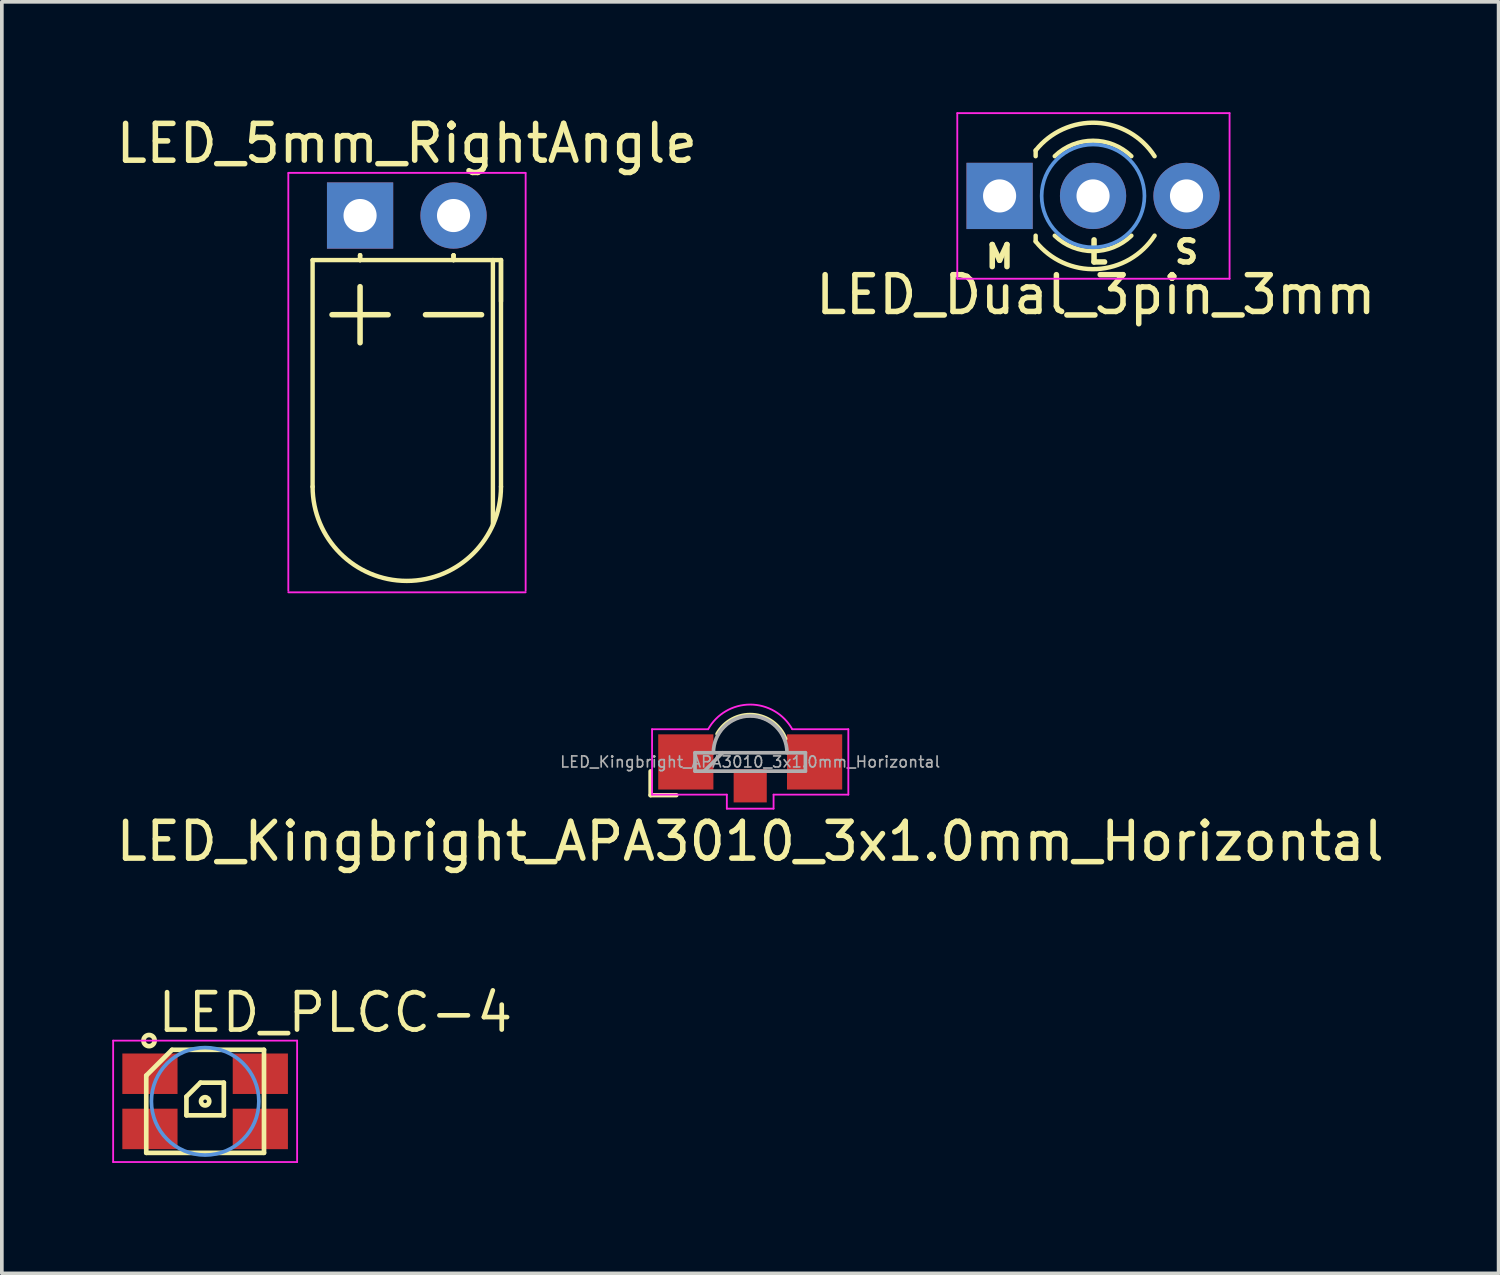
<source format=kicad_pcb>
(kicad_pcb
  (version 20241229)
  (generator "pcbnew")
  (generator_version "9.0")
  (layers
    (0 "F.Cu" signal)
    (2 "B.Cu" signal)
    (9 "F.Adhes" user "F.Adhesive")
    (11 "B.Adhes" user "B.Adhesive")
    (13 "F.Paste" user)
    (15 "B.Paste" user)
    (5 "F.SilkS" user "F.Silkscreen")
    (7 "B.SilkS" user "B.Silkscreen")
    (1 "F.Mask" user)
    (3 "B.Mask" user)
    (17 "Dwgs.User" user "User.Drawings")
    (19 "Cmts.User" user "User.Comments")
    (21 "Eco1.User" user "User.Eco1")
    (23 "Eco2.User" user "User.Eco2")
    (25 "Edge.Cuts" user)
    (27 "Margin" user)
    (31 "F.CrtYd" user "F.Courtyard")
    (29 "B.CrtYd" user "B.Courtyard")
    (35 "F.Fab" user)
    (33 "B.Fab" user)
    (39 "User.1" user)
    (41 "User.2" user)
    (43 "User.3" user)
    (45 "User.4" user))
  (footprint "LED_Dual_3pin_3mm"
    (layer "F.Cu")
    (at 26.657 2.275)
    (property "Reference" "LED_Dual_3pin_3mm" (at 0.075 2.685 0) (layer "F.SilkS") (effects (font (size 1 1) (thickness 0.15))))
    (attr through_hole)
    (fp_line (start -1.56 -1.236) (end -1.56 -1.08) (stroke (width 0.12) (type solid)) (layer "F.SilkS"))
    (fp_line (start -1.56 1.08) (end -1.56 1.236) (stroke (width 0.12) (type solid)) (layer "F.SilkS"))
    (fp_arc (start -1.56 -1.235516) (mid 0.096487 -1.987659) (end 1.672335 -1.078608) (stroke (width 0.12) (type solid)) (layer "F.SilkS"))
    (fp_arc (start -1.040961 -1.08) (mid 0.000117 -1.5) (end 1.04113 -1.079837) (stroke (width 0.12) (type solid)) (layer "F.SilkS"))
    (fp_arc (start 1.04113 1.079837) (mid 0.000117 1.5) (end -1.040961 1.08) (stroke (width 0.12) (type solid)) (layer "F.SilkS"))
    (fp_arc (start 1.672335 1.078608) (mid 0.096487 1.987659) (end -1.56 1.235516) (stroke (width 0.12) (type solid)) (layer "F.SilkS"))
    (fp_circle (center 0 0) (end 0 1.397) (stroke (width 0.1) (type solid)) (fill no) (layer "Cmts.User"))
    (fp_line (start -3.69 -2.25) (end -3.69 2.25) (stroke (width 0.05) (type solid)) (layer "F.CrtYd"))
    (fp_line (start -3.69 2.25) (end 3.71 2.25) (stroke (width 0.05) (type solid)) (layer "F.CrtYd"))
    (fp_line (start 3.71 -2.25) (end -3.69 -2.25) (stroke (width 0.05) (type solid)) (layer "F.CrtYd"))
    (fp_line (start 3.71 2.25) (end 3.71 -2.25) (stroke (width 0.05) (type solid)) (layer "F.CrtYd"))
    (fp_text user "L" (at 0.127 1.524 0) (layer "F.SilkS") (effects (font (size 0.6 0.6) (thickness 0.15))))
    (fp_text user "S" (at 2.54 1.524 0) (layer "F.SilkS") (effects (font (size 0.6 0.6) (thickness 0.15))))
    (fp_text user "M" (at -2.54 1.651 0) (layer "F.SilkS") (effects (font (size 0.6 0.6) (thickness 0.15))))
    (pad "1" thru_hole rect (at -2.54 0) (size 1.8 1.8) (drill 0.9) (layers "*.Cu" "*.Mask"))
    (pad "2" thru_hole circle (at 0 0) (size 1.8 1.8) (drill 0.9) (layers "*.Cu" "*.Mask"))
    (pad "3" thru_hole circle (at 2.54 0) (size 1.8 1.8) (drill 0.9) (layers "*.Cu" "*.Mask")))
  (footprint "LED_5mm_RightAngle"
    (layer "F.Cu")
    (at 8.006 7.348)
    (property "Reference" "LED_5mm_RightAngle" (at 0 -6.5 0) (layer "F.SilkS") (effects (font (size 1 1) (thickness 0.15))))
    (attr through_hole)
    (fp_line (start -2.56 -3.33) (end -2.56 2.83) (stroke (width 0.12) (type solid)) (layer "F.SilkS"))
    (fp_line (start -2.56 -3.33) (end 2.56 -3.33) (stroke (width 0.12) (type solid)) (layer "F.SilkS"))
    (fp_line (start -1.27 -3.46) (end -1.27 -3.46) (stroke (width 0.12) (type solid)) (layer "F.SilkS"))
    (fp_line (start -1.27 -3.46) (end -1.27 -3.33) (stroke (width 0.12) (type solid)) (layer "F.SilkS"))
    (fp_line (start -1.27 -3.33) (end -1.27 -3.46) (stroke (width 0.12) (type solid)) (layer "F.SilkS"))
    (fp_line (start -1.27 -3.33) (end -1.27 -3.33) (stroke (width 0.12) (type solid)) (layer "F.SilkS"))
    (fp_line (start 1.27 -3.46) (end 1.27 -3.46) (stroke (width 0.12) (type solid)) (layer "F.SilkS"))
    (fp_line (start 1.27 -3.46) (end 1.27 -3.33) (stroke (width 0.12) (type solid)) (layer "F.SilkS"))
    (fp_line (start 1.27 -3.33) (end 1.27 -3.46) (stroke (width 0.12) (type solid)) (layer "F.SilkS"))
    (fp_line (start 1.27 -3.33) (end 1.27 -3.33) (stroke (width 0.12) (type solid)) (layer "F.SilkS"))
    (fp_line (start 2.34 -3.33) (end 2.34 3.86) (stroke (width 0.12) (type solid)) (layer "F.SilkS"))
    (fp_line (start 2.56 -3.33) (end 2.56 2.83) (stroke (width 0.12) (type solid)) (layer "F.SilkS"))
    (fp_line (start 2.56 -2.21) (end 2.56 -3.33) (stroke (width 0.12) (type solid)) (layer "F.SilkS"))
    (fp_arc (start 2.56 2.83) (mid 0 5.39) (end -2.56 2.83) (stroke (width 0.12) (type solid)) (layer "F.SilkS"))
    (fp_line (start -3.22 -5.69) (end -3.22 5.66) (stroke (width 0.05) (type solid)) (layer "F.CrtYd"))
    (fp_line (start -3.22 5.7) (end 3.23 5.7) (stroke (width 0.05) (type solid)) (layer "F.CrtYd"))
    (fp_line (start 3.23 -5.7) (end -3.22 -5.7) (stroke (width 0.05) (type solid)) (layer "F.CrtYd"))
    (fp_line (start 3.23 5.66) (end 3.23 -5.69) (stroke (width 0.05) (type solid)) (layer "F.CrtYd"))
    (fp_text user "-" (at 1.27 -2 0) (layer "F.SilkS") (effects (font (size 2 2) (thickness 0.15))))
    (fp_text user "+" (at -1.27 -2 0) (layer "F.SilkS") (effects (font (size 2 2) (thickness 0.15))))
    (pad "1" thru_hole circle (at 1.27 -4.54) (size 1.8 1.8) (drill 0.9) (layers "*.Cu" "*.Mask"))
    (pad "2" thru_hole rect (at -1.27 -4.54) (size 1.8 1.8) (drill 0.9) (layers "*.Cu" "*.Mask")))
  (footprint "LED_Kingbright_APA3010_3x1.0mm_Horizontal"
    (layer "F.Cu")
    (at 17.339 17.658)
    (property "Reference" "LED_Kingbright_APA3010_3x1.0mm_Horizontal" (at 0 2.159 0) (layer "F.SilkS") (effects (font (size 1 1) (thickness 0.15))))
    (attr smd)
    (fp_line (start -2.708 0.254) (end -2.708 0.904) (stroke (width 0.12) (type solid)) (layer "F.SilkS"))
    (fp_line (start -2.708 0.904) (end -2.008 0.904) (stroke (width 0.12) (type solid)) (layer "F.SilkS"))
    (fp_arc (start -0.889 -0.762) (mid 0.072791 -1.273312) (end 0.952522 -0.631008) (stroke (width 0.12) (type solid)) (layer "F.SilkS"))
    (fp_line (start -2.667 -0.889) (end -1.143 -0.889) (stroke (width 0.05) (type solid)) (layer "F.CrtYd"))
    (fp_line (start -2.667 0.889) (end -2.667 -0.889) (stroke (width 0.05) (type solid)) (layer "F.CrtYd"))
    (fp_line (start -2.667 0.889) (end -0.635 0.889) (stroke (width 0.05) (type solid)) (layer "F.CrtYd"))
    (fp_line (start -0.635 0.889) (end -0.635 1.27) (stroke (width 0.05) (type solid)) (layer "F.CrtYd"))
    (fp_line (start -0.635 1.27) (end 0.635 1.27) (stroke (width 0.05) (type solid)) (layer "F.CrtYd"))
    (fp_line (start 0.635 0.889) (end 2.667 0.889) (stroke (width 0.05) (type solid)) (layer "F.CrtYd"))
    (fp_line (start 0.635 1.27) (end 0.635 0.889) (stroke (width 0.05) (type solid)) (layer "F.CrtYd"))
    (fp_line (start 2.667 -0.889) (end 1.143 -0.889) (stroke (width 0.05) (type solid)) (layer "F.CrtYd"))
    (fp_line (start 2.667 0.889) (end 2.667 -0.889) (stroke (width 0.05) (type solid)) (layer "F.CrtYd"))
    (fp_arc (start -1.143 -0.889) (mid -0.000969 -1.559492) (end 1.142053 -0.890691) (stroke (width 0.05) (type solid)) (layer "F.CrtYd"))
    (fp_line (start -1.5 -0.25) (end -1.5 0.25) (stroke (width 0.1) (type solid)) (layer "F.Fab"))
    (fp_line (start -1.5 0.25) (end 1.5 0.25) (stroke (width 0.1) (type solid)) (layer "F.Fab"))
    (fp_line (start -0.75 -0.25) (end -1.25 0.25) (stroke (width 0.1) (type solid)) (layer "F.Fab"))
    (fp_line (start 1.5 -0.25) (end -1.5 -0.25) (stroke (width 0.1) (type solid)) (layer "F.Fab"))
    (fp_line (start 1.5 0.25) (end 1.5 -0.25) (stroke (width 0.1) (type solid)) (layer "F.Fab"))
    (fp_arc (start -1 -0.25) (mid 0 -1.25) (end 1 -0.25) (stroke (width 0.1) (type solid)) (layer "F.Fab"))
    (fp_text user "${REFERENCE}" (at 0 0 0) (layer "F.Fab") (effects (font (size 0.3 0.3) (thickness 0.045))))
    (pad "1" smd rect (at -1.75 0) (size 1.5 1.5) (layers "F.Cu" "F.Mask" "F.Paste"))
    (pad "2" smd rect (at 1.75 0) (size 1.5 1.5) (layers "F.Cu" "F.Mask" "F.Paste"))
    (pad "3" smd rect (at 0 0.65) (size 0.9 0.9) (layers "F.Cu" "F.Mask" "F.Paste")))
  (footprint "LED_PLCC-4"
    (layer "F.Cu")
    (at 2.525 26.882)
    (property "Reference" "LED_PLCC-4" (at -1.36 -1.82 0) (layer "F.SilkS") (effects (font (size 1.016 1.016) (thickness 0.127)) (justify left bottom)))
    (attr through_hole)
    (fp_line (start -1.6 -0.7) (end -1.6 1.4) (stroke (width 0.127) (type solid)) (layer "F.SilkS"))
    (fp_line (start -1.6 -0.7) (end -0.9 -1.4) (stroke (width 0.127) (type solid)) (layer "F.SilkS"))
    (fp_line (start -1.6 1.4) (end 1.6 1.4) (stroke (width 0.127) (type solid)) (layer "F.SilkS"))
    (fp_line (start -0.508 0.381) (end -0.508 -0.127) (stroke (width 0.127) (type solid)) (layer "F.SilkS"))
    (fp_line (start -0.127 -0.508) (end -0.508 -0.127) (stroke (width 0.127) (type solid)) (layer "F.SilkS"))
    (fp_line (start -0.127 -0.508) (end 0.508 -0.508) (stroke (width 0.127) (type solid)) (layer "F.SilkS"))
    (fp_line (start 0.508 -0.508) (end 0.508 0.381) (stroke (width 0.127) (type solid)) (layer "F.SilkS"))
    (fp_line (start 0.508 0.381) (end -0.508 0.381) (stroke (width 0.127) (type solid)) (layer "F.SilkS"))
    (fp_line (start 1.6 -1.4) (end -0.9 -1.4) (stroke (width 0.127) (type solid)) (layer "F.SilkS"))
    (fp_line (start 1.6 1.4) (end 1.6 -1.4) (stroke (width 0.127) (type solid)) (layer "F.SilkS"))
    (fp_circle (center -1.524 -1.651) (end -1.372 -1.651) (stroke (width 0.127) (type solid)) (fill no) (layer "F.SilkS"))
    (fp_circle (center 0 0) (end 0.112 0) (stroke (width 0.127) (type solid)) (fill no) (layer "F.SilkS"))
    (fp_circle (center 0 0) (end 1.46 0) (stroke (width 0.1) (type solid)) (fill no) (layer "Cmts.User"))
    (fp_line (start -2.5 -1.65) (end 2.5 -1.65) (stroke (width 0.05) (type solid)) (layer "F.CrtYd"))
    (fp_line (start -2.5 1.65) (end -2.5 -1.65) (stroke (width 0.05) (type solid)) (layer "F.CrtYd"))
    (fp_line (start 2.5 -1.65) (end 2.5 1.65) (stroke (width 0.05) (type solid)) (layer "F.CrtYd"))
    (fp_line (start 2.5 1.65) (end -2.5 1.65) (stroke (width 0.05) (type solid)) (layer "F.CrtYd"))
    (pad "1" smd rect (at -1.5 -0.75 90) (size 1.1 1.5) (layers "F.Cu" "F.Mask" "F.Paste"))
    (pad "2" smd rect (at 1.5 -0.75 90) (size 1.1 1.5) (layers "F.Cu" "F.Mask" "F.Paste"))
    (pad "3" smd rect (at 1.5 0.75 90) (size 1.1 1.5) (layers "F.Cu" "F.Mask" "F.Paste"))
    (pad "4" smd rect (at -1.5 0.75 90) (size 1.1 1.5) (layers "F.Cu" "F.Mask" "F.Paste")))
  (gr_rect
    (start -3 -3)
    (end 37.679 31.557)
    (stroke (width 0.1) (type default))
    (fill no)
    (layer "Edge.Cuts")))
</source>
